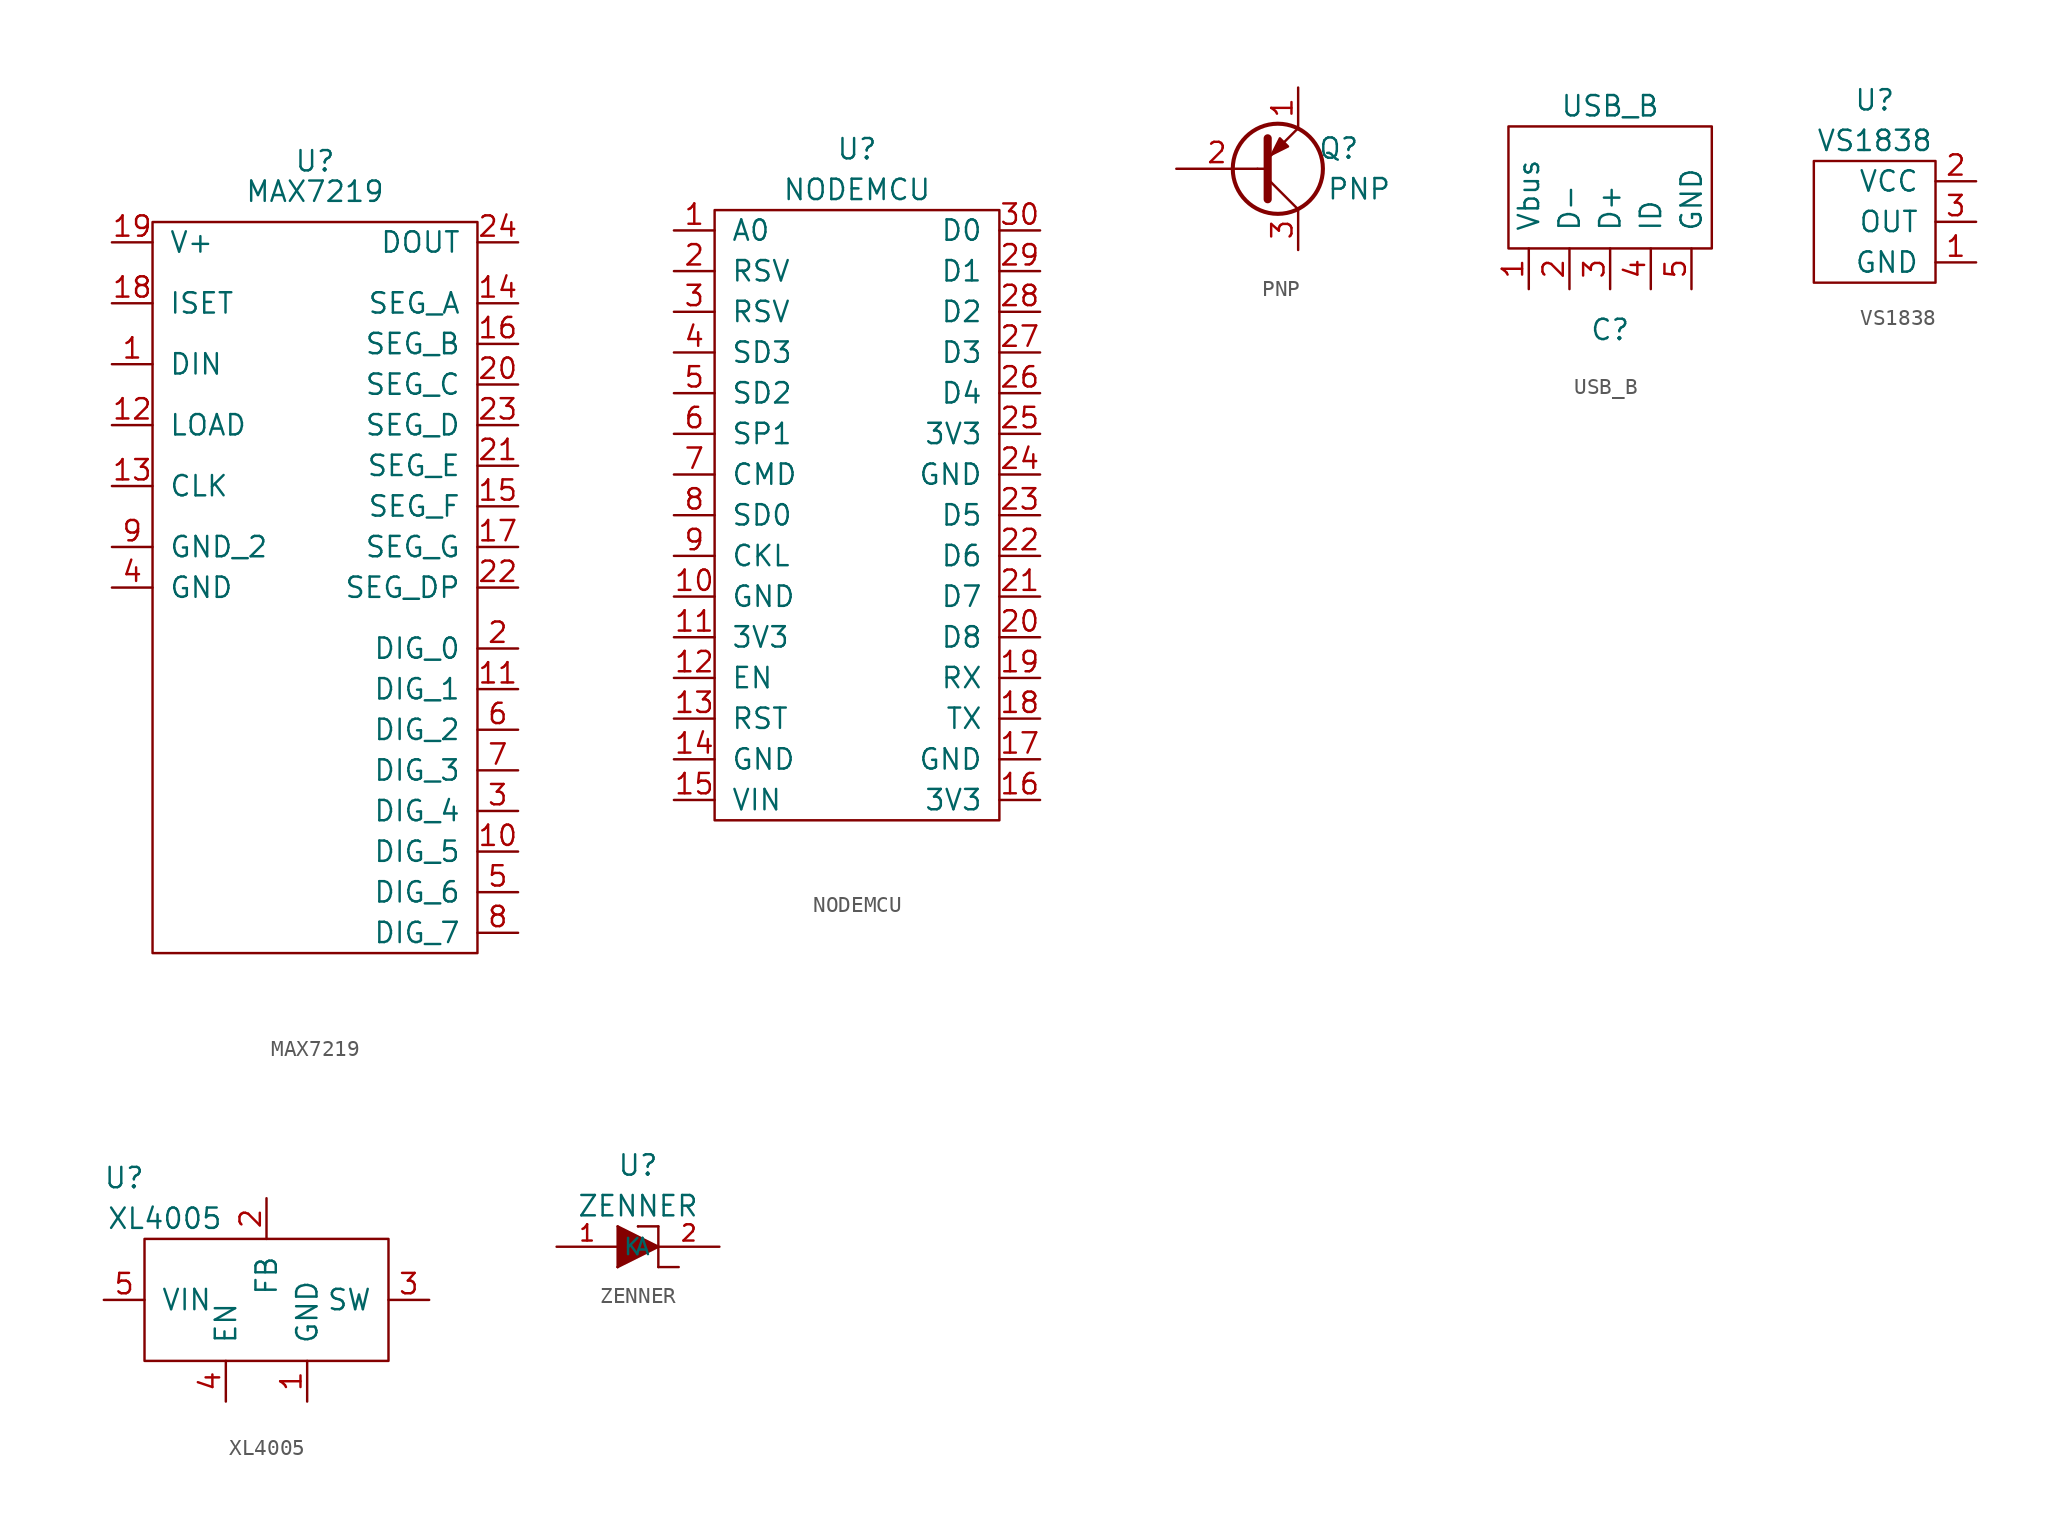
<source format=kicad_sym>
(kicad_symbol_lib
  (version 20211014)
  (generator kicad_symbol_editor)
  (symbol "MAX7219"
    (pin_names
      (offset 1.016))
    (property "Reference" "U"
      (at 0 26.67 0)
      (effects (font (size 1.27 1.27))))
    (property "Value" "MAX7219"
      (at 0 24.765 0)
      (effects (font (size 1.27 1.27))))
    (symbol "MAX7219_0_1"
      (rectangle (start -10.16 22.86) (end 10.16 -22.86) (stroke (width 0) (type default) (color 0 0 0 0)) (fill (type none))))
    (symbol "MAX7219_1_1"
      (pin input line (at -12.7 13.97 0) (length 2.54) (name "DIN" (effects (font (size 1.27 1.27)))) (number "1" (effects (font (size 1.27 1.27)))))
      (pin output line (at 12.7 -16.51 180) (length 2.54) (name "DIG_5" (effects (font (size 1.27 1.27)))) (number "10" (effects (font (size 1.27 1.27)))))
      (pin output line (at 12.7 -6.35 180) (length 2.54) (name "DIG_1" (effects (font (size 1.27 1.27)))) (number "11" (effects (font (size 1.27 1.27)))))
      (pin input line (at -12.7 10.16 0) (length 2.54) (name "LOAD" (effects (font (size 1.27 1.27)))) (number "12" (effects (font (size 1.27 1.27)))))
      (pin input line (at -12.7 6.35 0) (length 2.54) (name "CLK" (effects (font (size 1.27 1.27)))) (number "13" (effects (font (size 1.27 1.27)))))
      (pin output line (at 12.7 17.78 180) (length 2.54) (name "SEG_A" (effects (font (size 1.27 1.27)))) (number "14" (effects (font (size 1.27 1.27)))))
      (pin output line (at 12.7 5.08 180) (length 2.54) (name "SEG_F" (effects (font (size 1.27 1.27)))) (number "15" (effects (font (size 1.27 1.27)))))
      (pin output line (at 12.7 15.24 180) (length 2.54) (name "SEG_B" (effects (font (size 1.27 1.27)))) (number "16" (effects (font (size 1.27 1.27)))))
      (pin output line (at 12.7 2.54 180) (length 2.54) (name "SEG_G" (effects (font (size 1.27 1.27)))) (number "17" (effects (font (size 1.27 1.27)))))
      (pin input line (at -12.7 17.78 0) (length 2.54) (name "ISET" (effects (font (size 1.27 1.27)))) (number "18" (effects (font (size 1.27 1.27)))))
      (pin power_in line (at -12.7 21.59 0) (length 2.54) (name "V+" (effects (font (size 1.27 1.27)))) (number "19" (effects (font (size 1.27 1.27)))))
      (pin output line (at 12.7 -3.81 180) (length 2.54) (name "DIG_0" (effects (font (size 1.27 1.27)))) (number "2" (effects (font (size 1.27 1.27)))))
      (pin output line (at 12.7 12.7 180) (length 2.54) (name "SEG_C" (effects (font (size 1.27 1.27)))) (number "20" (effects (font (size 1.27 1.27)))))
      (pin output line (at 12.7 7.62 180) (length 2.54) (name "SEG_E" (effects (font (size 1.27 1.27)))) (number "21" (effects (font (size 1.27 1.27)))))
      (pin output line (at 12.7 0 180) (length 2.54) (name "SEG_DP" (effects (font (size 1.27 1.27)))) (number "22" (effects (font (size 1.27 1.27)))))
      (pin output line (at 12.7 10.16 180) (length 2.54) (name "SEG_D" (effects (font (size 1.27 1.27)))) (number "23" (effects (font (size 1.27 1.27)))))
      (pin output line (at 12.7 21.59 180) (length 2.54) (name "DOUT" (effects (font (size 1.27 1.27)))) (number "24" (effects (font (size 1.27 1.27)))))
      (pin output line (at 12.7 -13.97 180) (length 2.54) (name "DIG_4" (effects (font (size 1.27 1.27)))) (number "3" (effects (font (size 1.27 1.27)))))
      (pin power_in line (at -12.7 0 0) (length 2.54) (name "GND" (effects (font (size 1.27 1.27)))) (number "4" (effects (font (size 1.27 1.27)))))
      (pin output line (at 12.7 -19.05 180) (length 2.54) (name "DIG_6" (effects (font (size 1.27 1.27)))) (number "5" (effects (font (size 1.27 1.27)))))
      (pin output line (at 12.7 -8.89 180) (length 2.54) (name "DIG_2" (effects (font (size 1.27 1.27)))) (number "6" (effects (font (size 1.27 1.27)))))
      (pin output line (at 12.7 -11.43 180) (length 2.54) (name "DIG_3" (effects (font (size 1.27 1.27)))) (number "7" (effects (font (size 1.27 1.27)))))
      (pin output line (at 12.7 -21.59 180) (length 2.54) (name "DIG_7" (effects (font (size 1.27 1.27)))) (number "8" (effects (font (size 1.27 1.27)))))
      (pin power_in line (at -12.7 2.54 0) (length 2.54) (name "GND_2" (effects (font (size 1.27 1.27)))) (number "9" (effects (font (size 1.27 1.27)))))))
  (symbol "NODEMCU"
    (pin_names
      (offset 1.016))
    (property "Reference" "U"
      (at 0 22.86 0)
      (effects (font (size 1.27 1.27))))
    (property "Value" "NODEMCU"
      (at 0 20.32 0)
      (effects (font (size 1.27 1.27))))
    (symbol "NODEMCU_1_1"
      (rectangle (start -8.89 19.05) (end 8.89 -19.05) (stroke (width 0) (type default) (color 0 0 0 0)) (fill (type none)))
      (pin input line (at -11.43 17.78 0) (length 2.54) (name "A0" (effects (font (size 1.27 1.27)))) (number "1" (effects (font (size 1.27 1.27)))))
      (pin power_in line (at -11.43 -5.08 0) (length 2.54) (name "GND" (effects (font (size 1.27 1.27)))) (number "10" (effects (font (size 1.27 1.27)))))
      (pin power_out line (at -11.43 -7.62 0) (length 2.54) (name "3V3" (effects (font (size 1.27 1.27)))) (number "11" (effects (font (size 1.27 1.27)))))
      (pin unspecified line (at -11.43 -10.16 0) (length 2.54) (name "EN" (effects (font (size 1.27 1.27)))) (number "12" (effects (font (size 1.27 1.27)))))
      (pin unspecified line (at -11.43 -12.7 0) (length 2.54) (name "RST" (effects (font (size 1.27 1.27)))) (number "13" (effects (font (size 1.27 1.27)))))
      (pin power_in line (at -11.43 -15.24 0) (length 2.54) (name "GND" (effects (font (size 1.27 1.27)))) (number "14" (effects (font (size 1.27 1.27)))))
      (pin power_in line (at -11.43 -17.78 0) (length 2.54) (name "VIN" (effects (font (size 1.27 1.27)))) (number "15" (effects (font (size 1.27 1.27)))))
      (pin power_out line (at 11.43 -17.78 180) (length 2.54) (name "3V3" (effects (font (size 1.27 1.27)))) (number "16" (effects (font (size 1.27 1.27)))))
      (pin power_in line (at 11.43 -15.24 180) (length 2.54) (name "GND" (effects (font (size 1.27 1.27)))) (number "17" (effects (font (size 1.27 1.27)))))
      (pin bidirectional line (at 11.43 -12.7 180) (length 2.54) (name "TX" (effects (font (size 1.27 1.27)))) (number "18" (effects (font (size 1.27 1.27)))))
      (pin bidirectional line (at 11.43 -10.16 180) (length 2.54) (name "RX" (effects (font (size 1.27 1.27)))) (number "19" (effects (font (size 1.27 1.27)))))
      (pin bidirectional line (at -11.43 15.24 0) (length 2.54) (name "RSV" (effects (font (size 1.27 1.27)))) (number "2" (effects (font (size 1.27 1.27)))))
      (pin bidirectional line (at 11.43 -7.62 180) (length 2.54) (name "D8" (effects (font (size 1.27 1.27)))) (number "20" (effects (font (size 1.27 1.27)))))
      (pin bidirectional line (at 11.43 -5.08 180) (length 2.54) (name "D7" (effects (font (size 1.27 1.27)))) (number "21" (effects (font (size 1.27 1.27)))))
      (pin bidirectional line (at 11.43 -2.54 180) (length 2.54) (name "D6" (effects (font (size 1.27 1.27)))) (number "22" (effects (font (size 1.27 1.27)))))
      (pin bidirectional line (at 11.43 0 180) (length 2.54) (name "D5" (effects (font (size 1.27 1.27)))) (number "23" (effects (font (size 1.27 1.27)))))
      (pin power_in line (at 11.43 2.54 180) (length 2.54) (name "GND" (effects (font (size 1.27 1.27)))) (number "24" (effects (font (size 1.27 1.27)))))
      (pin power_out line (at 11.43 5.08 180) (length 2.54) (name "3V3" (effects (font (size 1.27 1.27)))) (number "25" (effects (font (size 1.27 1.27)))))
      (pin bidirectional line (at 11.43 7.62 180) (length 2.54) (name "D4" (effects (font (size 1.27 1.27)))) (number "26" (effects (font (size 1.27 1.27)))))
      (pin bidirectional line (at 11.43 10.16 180) (length 2.54) (name "D3" (effects (font (size 1.27 1.27)))) (number "27" (effects (font (size 1.27 1.27)))))
      (pin bidirectional line (at 11.43 12.7 180) (length 2.54) (name "D2" (effects (font (size 1.27 1.27)))) (number "28" (effects (font (size 1.27 1.27)))))
      (pin bidirectional line (at 11.43 15.24 180) (length 2.54) (name "D1" (effects (font (size 1.27 1.27)))) (number "29" (effects (font (size 1.27 1.27)))))
      (pin bidirectional line (at -11.43 12.7 0) (length 2.54) (name "RSV" (effects (font (size 1.27 1.27)))) (number "3" (effects (font (size 1.27 1.27)))))
      (pin bidirectional line (at 11.43 17.78 180) (length 2.54) (name "D0" (effects (font (size 1.27 1.27)))) (number "30" (effects (font (size 1.27 1.27)))))
      (pin bidirectional line (at -11.43 10.16 0) (length 2.54) (name "SD3" (effects (font (size 1.27 1.27)))) (number "4" (effects (font (size 1.27 1.27)))))
      (pin bidirectional line (at -11.43 7.62 0) (length 2.54) (name "SD2" (effects (font (size 1.27 1.27)))) (number "5" (effects (font (size 1.27 1.27)))))
      (pin output line (at -11.43 5.08 0) (length 2.54) (name "SP1" (effects (font (size 1.27 1.27)))) (number "6" (effects (font (size 1.27 1.27)))))
      (pin output line (at -11.43 2.54 0) (length 2.54) (name "CMD" (effects (font (size 1.27 1.27)))) (number "7" (effects (font (size 1.27 1.27)))))
      (pin output line (at -11.43 0 0) (length 2.54) (name "SD0" (effects (font (size 1.27 1.27)))) (number "8" (effects (font (size 1.27 1.27)))))
      (pin output line (at -11.43 -2.54 0) (length 2.54) (name "CKL" (effects (font (size 1.27 1.27)))) (number "9" (effects (font (size 1.27 1.27)))))))
  (symbol "PNP"
    (pin_names
      (offset 1.016))
    (property "Reference" "Q"
      (at 5.08 1.27 0)
      (effects (font (size 1.27 1.27))))
    (property "Value" "PNP"
      (at 6.35 -1.27 0)
      (effects (font (size 1.27 1.27))))
    (symbol "PNP_1_1"
      (polyline (pts (xy 0 0) (xy 0.635 0)) (stroke (width 0) (type default) (color 0 0 0 0)) (fill (type none)))
      (polyline (pts (xy 0.635 0.635) (xy 2.54 2.54)) (stroke (width 0) (type default) (color 0 0 0 0)) (fill (type none)))
      (polyline (pts (xy 0.635 -0.635) (xy 2.54 -2.54) (xy 2.54 -2.54)) (stroke (width 0) (type default) (color 0 0 0 0)) (fill (type none)))
      (polyline (pts (xy 0.635 1.905) (xy 0.635 -1.905) (xy 0.635 -1.905)) (stroke (width 0.508) (type default) (color 0 0 0 0)) (fill (type none)))
      (polyline (pts (xy 1.397 1.905) (xy 1.905 1.397) (xy 0.889 0.889) (xy 1.397 1.905) (xy 1.397 1.905)) (stroke (width 0) (type default) (color 0 0 0 0)) (fill (type outline)))
      (circle (center 1.27 0) (radius 2.819) (stroke (width 0.254) (type default) (color 0 0 0 0)) (fill (type none)))
      (pin passive line (at 2.54 5.08 270) (length 2.54) (name "~" (effects (font (size 1.27 1.27)))) (number "1" (effects (font (size 1.27 1.27)))))
      (pin input line (at -5.08 0 0) (length 5.08) (name "~" (effects (font (size 1.27 1.27)))) (number "2" (effects (font (size 1.27 1.27)))))
      (pin passive line (at 2.54 -5.08 90) (length 2.54) (name "~" (effects (font (size 1.27 1.27)))) (number "3" (effects (font (size 1.27 1.27)))))))
  (symbol "USB_B"
    (pin_names
      (offset 1.016))
    (property "Reference" "C"
      (at 0 -8.89 0)
      (effects (font (size 1.27 1.27))))
    (property "Value" "USB_B"
      (at 0 5.08 0)
      (effects (font (size 1.27 1.27))))
    (symbol "USB_B_0_1"
      (rectangle (start 6.35 -3.81) (end -6.35 3.81) (stroke (width 0) (type default) (color 0 0 0 0)) (fill (type none))))
    (symbol "USB_B_1_1"
      (pin bidirectional line (at -5.08 -6.35 90) (length 2.54) (name "Vbus" (effects (font (size 1.27 1.27)))) (number "1" (effects (font (size 1.27 1.27)))))
      (pin bidirectional line (at -2.54 -6.35 90) (length 2.54) (name "D-" (effects (font (size 1.27 1.27)))) (number "2" (effects (font (size 1.27 1.27)))))
      (pin bidirectional line (at 0 -6.35 90) (length 2.54) (name "D+" (effects (font (size 1.27 1.27)))) (number "3" (effects (font (size 1.27 1.27)))))
      (pin bidirectional line (at 2.54 -6.35 90) (length 2.54) (name "ID" (effects (font (size 1.27 1.27)))) (number "4" (effects (font (size 1.27 1.27)))))
      (pin power_out line (at 5.08 -6.35 90) (length 2.54) (name "GND" (effects (font (size 1.27 1.27)))) (number "5" (effects (font (size 1.27 1.27)))))))
  (symbol "VS1838"
    (pin_names
      (offset 1.016))
    (property "Reference" "U"
      (at 0 7.62 0)
      (effects (font (size 1.27 1.27))))
    (property "Value" "VS1838"
      (at 0 5.08 0)
      (effects (font (size 1.27 1.27))))
    (symbol "VS1838_0_1"
      (polyline (pts (xy 3.81 -3.81) (xy 3.81 3.81) (xy -3.81 3.81) (xy -3.81 -3.81) (xy 3.81 -3.81)) (stroke (width 0) (type default) (color 0 0 0 0)) (fill (type none))))
    (symbol "VS1838_1_1"
      (pin input line (at 6.35 -2.54 180) (length 2.54) (name "GND" (effects (font (size 1.27 1.27)))) (number "1" (effects (font (size 1.27 1.27)))))
      (pin input line (at 6.35 2.54 180) (length 2.54) (name "VCC" (effects (font (size 1.27 1.27)))) (number "2" (effects (font (size 1.27 1.27)))))
      (pin input line (at 6.35 0 180) (length 2.54) (name "OUT" (effects (font (size 1.27 1.27)))) (number "3" (effects (font (size 1.27 1.27)))))))
  (symbol "XL4005"
    (pin_names
      (offset 1.016))
    (property "Reference" "U"
      (at -8.89 7.62 0)
      (effects (font (size 1.27 1.27))))
    (property "Value" "XL4005"
      (at -6.35 5.08 0)
      (effects (font (size 1.27 1.27))))
    (symbol "XL4005_0_1"
      (rectangle (start -7.62 3.81) (end 7.62 -3.81) (stroke (width 0) (type default) (color 0 0 0 0)) (fill (type none))))
    (symbol "XL4005_1_1"
      (pin power_in line (at 2.54 -6.35 90) (length 2.54) (name "GND" (effects (font (size 1.27 1.27)))) (number "1" (effects (font (size 1.27 1.27)))))
      (pin input line (at 0 6.35 270) (length 2.54) (name "FB" (effects (font (size 1.27 1.27)))) (number "2" (effects (font (size 1.27 1.27)))))
      (pin output line (at 10.16 0 180) (length 2.54) (name "SW" (effects (font (size 1.27 1.27)))) (number "3" (effects (font (size 1.27 1.27)))))
      (pin input line (at -2.54 -6.35 90) (length 2.54) (name "EN" (effects (font (size 1.27 1.27)))) (number "4" (effects (font (size 1.27 1.27)))))
      (pin power_in line (at -10.16 0 0) (length 2.54) (name "VIN" (effects (font (size 1.27 1.27)))) (number "5" (effects (font (size 1.27 1.27)))))))
  (symbol "ZENNER"
    (pin_names
      (offset 1.016))
    (property "Reference" "U"
      (at 0 5.08 0)
      (effects (font (size 1.27 1.27))))
    (property "Value" "ZENNER"
      (at 0 2.54 0)
      (effects (font (size 1.27 1.27))))
    (symbol "ZENNER_0_1"
      (rectangle (start -1.27 -1.27) (end -1.27 -1.27) (stroke (width 0) (type default) (color 0 0 0 0)) (fill (type none)))
      (rectangle (start -1.27 1.27) (end -1.27 -1.27) (stroke (width 0) (type default) (color 0 0 0 0)) (fill (type none)))
      (rectangle (start 0 1.27) (end 0 1.27) (stroke (width 0) (type default) (color 0 0 0 0)) (fill (type none)))
      (rectangle (start 1.27 -1.27) (end 2.54 -1.27) (stroke (width 0) (type default) (color 0 0 0 0)) (fill (type none)))
      (rectangle (start 1.27 1.27) (end 0 1.27) (stroke (width 0) (type default) (color 0 0 0 0)) (fill (type none))))
    (symbol "ZENNER_1_1"
      (polyline (pts (xy 1.27 1.27) (xy 1.27 -1.27)) (stroke (width 0.152) (type default) (color 0 0 0 0)) (fill (type none)))
      (polyline (pts (xy -1.27 1.27) (xy 1.27 0) (xy -1.27 -1.27)) (stroke (width 0) (type default) (color 0 0 0 0)) (fill (type outline)))
      (pin passive line (at -5.08 0 0) (length 3.81) (name "A" (effects (font (size 1.016 1.016)))) (number "1" (effects (font (size 1.016 1.016)))))
      (pin passive line (at 5.08 0 180) (length 3.81) (name "K" (effects (font (size 1.016 1.016)))) (number "2" (effects (font (size 1.016 1.016))))))))
</source>
